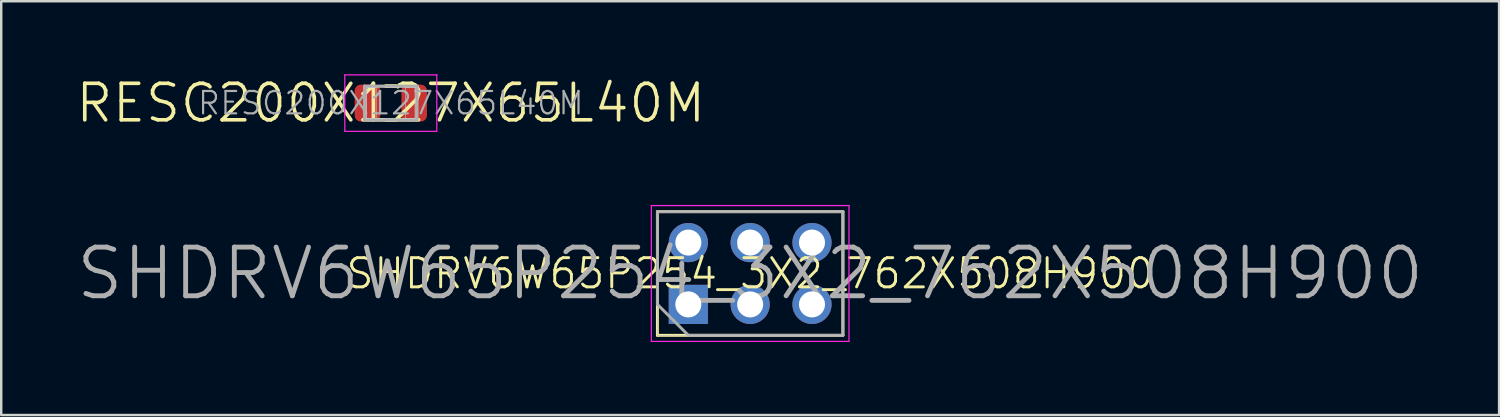
<source format=kicad_pcb>
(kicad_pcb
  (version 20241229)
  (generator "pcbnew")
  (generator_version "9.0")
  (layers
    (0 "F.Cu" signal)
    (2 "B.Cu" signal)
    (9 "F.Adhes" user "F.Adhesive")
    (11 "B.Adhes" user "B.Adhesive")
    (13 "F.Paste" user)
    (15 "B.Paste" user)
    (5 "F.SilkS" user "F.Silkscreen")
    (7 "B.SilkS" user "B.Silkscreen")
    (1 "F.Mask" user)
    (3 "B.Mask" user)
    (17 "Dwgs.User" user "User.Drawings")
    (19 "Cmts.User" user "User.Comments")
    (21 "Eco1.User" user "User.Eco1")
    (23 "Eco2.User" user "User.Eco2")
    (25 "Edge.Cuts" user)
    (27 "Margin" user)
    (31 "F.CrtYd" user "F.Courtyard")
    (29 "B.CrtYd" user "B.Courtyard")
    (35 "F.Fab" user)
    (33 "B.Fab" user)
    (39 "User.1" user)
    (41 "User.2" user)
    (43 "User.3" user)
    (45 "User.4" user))
  (footprint "RESC200X127X65L40M"
    (layer "F.Cu")
    (at 13.004 1.185)
    (property "Reference" "RESC200X127X65L40M" (at 0 0 0) (layer "F.SilkS") (effects (font (size 1.5 1.5) (thickness 0.15))))
    (attr smd)
    (fp_line (start -0.21 -0.7) (end 0.21 -0.7) (stroke (width 0.15) (type solid)) (layer "F.SilkS"))
    (fp_line (start -0.21 0.7) (end 0.21 0.7) (stroke (width 0.15) (type solid)) (layer "F.SilkS"))
    (fp_line (start -1 -0.637) (end -0.6 -0.637) (stroke (width 0.025) (type solid)) (layer "Dwgs.User"))
    (fp_line (start -1 -0.637) (end 1 -0.637) (stroke (width 0.025) (type solid)) (layer "Dwgs.User"))
    (fp_line (start -1 0.637) (end -1 -0.637) (stroke (width 0.025) (type solid)) (layer "Dwgs.User"))
    (fp_line (start -1 0.637) (end -1 -0.637) (stroke (width 0.025) (type solid)) (layer "Dwgs.User"))
    (fp_line (start -0.6 -0.637) (end -0.6 0.637) (stroke (width 0.025) (type solid)) (layer "Dwgs.User"))
    (fp_line (start -0.6 0.637) (end -1 0.637) (stroke (width 0.025) (type solid)) (layer "Dwgs.User"))
    (fp_line (start 0.6 -0.637) (end 1 -0.637) (stroke (width 0.025) (type solid)) (layer "Dwgs.User"))
    (fp_line (start 0.6 0.637) (end 0.6 -0.637) (stroke (width 0.025) (type solid)) (layer "Dwgs.User"))
    (fp_line (start 1 -0.637) (end 1 0.637) (stroke (width 0.025) (type solid)) (layer "Dwgs.User"))
    (fp_line (start 1 -0.637) (end 1 0.637) (stroke (width 0.025) (type solid)) (layer "Dwgs.User"))
    (fp_line (start 1 0.637) (end -1 0.637) (stroke (width 0.025) (type solid)) (layer "Dwgs.User"))
    (fp_line (start 1 0.637) (end 0.6 0.637) (stroke (width 0.025) (type solid)) (layer "Dwgs.User"))
    (fp_line (start -1.89 -1.16) (end 1.89 -1.16) (stroke (width 0.05) (type solid)) (layer "F.CrtYd"))
    (fp_line (start -1.89 1.16) (end -1.89 -1.16) (stroke (width 0.05) (type solid)) (layer "F.CrtYd"))
    (fp_line (start 1.89 -1.16) (end 1.89 1.16) (stroke (width 0.05) (type solid)) (layer "F.CrtYd"))
    (fp_line (start 1.89 1.16) (end -1.89 1.16) (stroke (width 0.05) (type solid)) (layer "F.CrtYd"))
    (fp_line (start -1.08 -0.7) (end 1.08 -0.7) (stroke (width 0.12) (type solid)) (layer "F.Fab"))
    (fp_line (start -1.08 0.7) (end -1.08 -0.7) (stroke (width 0.12) (type solid)) (layer "F.Fab"))
    (fp_line (start 1.08 -0.7) (end 1.08 0.7) (stroke (width 0.12) (type solid)) (layer "F.Fab"))
    (fp_line (start 1.08 0.7) (end -1.08 0.7) (stroke (width 0.12) (type solid)) (layer "F.Fab"))
    (fp_text user "${REFERENCE}" (at 0 0 0) (layer "F.Fab") (effects (font (size 0.92 0.92) (thickness 0.09))))
    (pad "1" smd roundrect (at -0.96 0) (size 1.05 1.52) (layers "F.Cu" "F.Mask" "F.Paste") (roundrect_rratio 0.238))
    (pad "2" smd roundrect (at 0.96 0) (size 1.05 1.52) (layers "F.Cu" "F.Mask" "F.Paste") (roundrect_rratio 0.238)))
  (footprint "SHDRV6W65P254_3X2_762X508H900"
    (layer "F.Cu")
    (at 25.227 9.455)
    (property "Reference" "SHDRV6W65P254_3X2_762X508H900" (at 2.54 -1.27 0) (layer "F.SilkS") (effects (font (size 1.2 1.2) (thickness 0.12))))
    (attr through_hole)
    (fp_line (start -1.27 -3.81) (end 6.35 -3.81) (stroke (width 0.12) (type solid)) (layer "F.SilkS"))
    (fp_line (start -1.27 1.27) (end -1.27 -3.81) (stroke (width 0.12) (type solid)) (layer "F.SilkS"))
    (fp_line (start 6.35 -3.81) (end 6.35 1.27) (stroke (width 0.12) (type solid)) (layer "F.SilkS"))
    (fp_line (start 6.35 1.27) (end -1.27 1.27) (stroke (width 0.12) (type solid)) (layer "F.SilkS"))
    (fp_line (start -1.27 -3.81) (end 6.35 -3.81) (stroke (width 0.025) (type solid)) (layer "Dwgs.User"))
    (fp_line (start -1.27 1.27) (end -1.27 -3.81) (stroke (width 0.025) (type solid)) (layer "Dwgs.User"))
    (fp_line (start -0.325 -2.865) (end 0.325 -2.865) (stroke (width 0.025) (type solid)) (layer "Dwgs.User"))
    (fp_line (start -0.325 -2.215) (end -0.325 -2.865) (stroke (width 0.025) (type solid)) (layer "Dwgs.User"))
    (fp_line (start -0.325 -0.325) (end 0.325 -0.325) (stroke (width 0.025) (type solid)) (layer "Dwgs.User"))
    (fp_line (start -0.325 0.325) (end -0.325 -0.325) (stroke (width 0.025) (type solid)) (layer "Dwgs.User"))
    (fp_line (start 0.325 -2.865) (end 0.325 -2.215) (stroke (width 0.025) (type solid)) (layer "Dwgs.User"))
    (fp_line (start 0.325 -2.215) (end -0.325 -2.215) (stroke (width 0.025) (type solid)) (layer "Dwgs.User"))
    (fp_line (start 0.325 -0.325) (end 0.325 0.325) (stroke (width 0.025) (type solid)) (layer "Dwgs.User"))
    (fp_line (start 0.325 0.325) (end -0.325 0.325) (stroke (width 0.025) (type solid)) (layer "Dwgs.User"))
    (fp_line (start 2.215 -2.865) (end 2.865 -2.865) (stroke (width 0.025) (type solid)) (layer "Dwgs.User"))
    (fp_line (start 2.215 -2.215) (end 2.215 -2.865) (stroke (width 0.025) (type solid)) (layer "Dwgs.User"))
    (fp_line (start 2.215 -0.325) (end 2.865 -0.325) (stroke (width 0.025) (type solid)) (layer "Dwgs.User"))
    (fp_line (start 2.215 0.325) (end 2.215 -0.325) (stroke (width 0.025) (type solid)) (layer "Dwgs.User"))
    (fp_line (start 2.865 -2.865) (end 2.865 -2.215) (stroke (width 0.025) (type solid)) (layer "Dwgs.User"))
    (fp_line (start 2.865 -2.215) (end 2.215 -2.215) (stroke (width 0.025) (type solid)) (layer "Dwgs.User"))
    (fp_line (start 2.865 -0.325) (end 2.865 0.325) (stroke (width 0.025) (type solid)) (layer "Dwgs.User"))
    (fp_line (start 2.865 0.325) (end 2.215 0.325) (stroke (width 0.025) (type solid)) (layer "Dwgs.User"))
    (fp_line (start 4.755 -2.865) (end 5.405 -2.865) (stroke (width 0.025) (type solid)) (layer "Dwgs.User"))
    (fp_line (start 4.755 -2.215) (end 4.755 -2.865) (stroke (width 0.025) (type solid)) (layer "Dwgs.User"))
    (fp_line (start 4.755 -0.325) (end 5.405 -0.325) (stroke (width 0.025) (type solid)) (layer "Dwgs.User"))
    (fp_line (start 4.755 0.325) (end 4.755 -0.325) (stroke (width 0.025) (type solid)) (layer "Dwgs.User"))
    (fp_line (start 5.405 -2.865) (end 5.405 -2.215) (stroke (width 0.025) (type solid)) (layer "Dwgs.User"))
    (fp_line (start 5.405 -2.215) (end 4.755 -2.215) (stroke (width 0.025) (type solid)) (layer "Dwgs.User"))
    (fp_line (start 5.405 -0.325) (end 5.405 0.325) (stroke (width 0.025) (type solid)) (layer "Dwgs.User"))
    (fp_line (start 5.405 0.325) (end 4.755 0.325) (stroke (width 0.025) (type solid)) (layer "Dwgs.User"))
    (fp_line (start 6.35 -3.81) (end 6.35 1.27) (stroke (width 0.025) (type solid)) (layer "Dwgs.User"))
    (fp_line (start 6.35 1.27) (end -1.27 1.27) (stroke (width 0.025) (type solid)) (layer "Dwgs.User"))
    (fp_line (start -1.52 -4.06) (end 6.6 -4.06) (stroke (width 0.05) (type solid)) (layer "F.CrtYd"))
    (fp_line (start -1.52 1.52) (end -1.52 -4.06) (stroke (width 0.05) (type solid)) (layer "F.CrtYd"))
    (fp_line (start 6.6 -4.06) (end 6.6 1.52) (stroke (width 0.05) (type solid)) (layer "F.CrtYd"))
    (fp_line (start 6.6 1.52) (end -1.52 1.52) (stroke (width 0.05) (type solid)) (layer "F.CrtYd"))
    (fp_line (start -1.27 -3.81) (end 6.35 -3.81) (stroke (width 0.12) (type solid)) (layer "F.Fab"))
    (fp_line (start -1.27 0) (end -1.27 -3.81) (stroke (width 0.12) (type solid)) (layer "F.Fab"))
    (fp_line (start 0 1.27) (end -1.27 0) (stroke (width 0.12) (type solid)) (layer "F.Fab"))
    (fp_line (start 6.35 -3.81) (end 6.35 1.27) (stroke (width 0.12) (type solid)) (layer "F.Fab"))
    (fp_line (start 6.35 1.27) (end 0 1.27) (stroke (width 0.12) (type solid)) (layer "F.Fab"))
    (fp_text user "${REFERENCE}" (at 2.54 -1.27 0) (layer "F.Fab") (effects (font (size 2 2) (thickness 0.2))))
    (pad "1" thru_hole rect (at 0 0) (size 1.61 1.61) (drill 1.07) (layers "*.Cu" "*.Mask"))
    (pad "2" thru_hole circle (at 0 -2.54) (size 1.61 1.61) (drill 1.07) (layers "*.Cu" "*.Mask"))
    (pad "3" thru_hole circle (at 2.54 0) (size 1.61 1.61) (drill 1.07) (layers "*.Cu" "*.Mask"))
    (pad "4" thru_hole circle (at 2.54 -2.54) (size 1.61 1.61) (drill 1.07) (layers "*.Cu" "*.Mask"))
    (pad "5" thru_hole circle (at 5.08 0) (size 1.61 1.61) (drill 1.07) (layers "*.Cu" "*.Mask"))
    (pad "6" thru_hole circle (at 5.08 -2.54) (size 1.61 1.61) (drill 1.07) (layers "*.Cu" "*.Mask")))
  (gr_rect
    (start -3 -3)
    (end 58.533 14)
    (stroke (width 0.1) (type default))
    (fill no)
    (layer "Edge.Cuts")))
</source>
